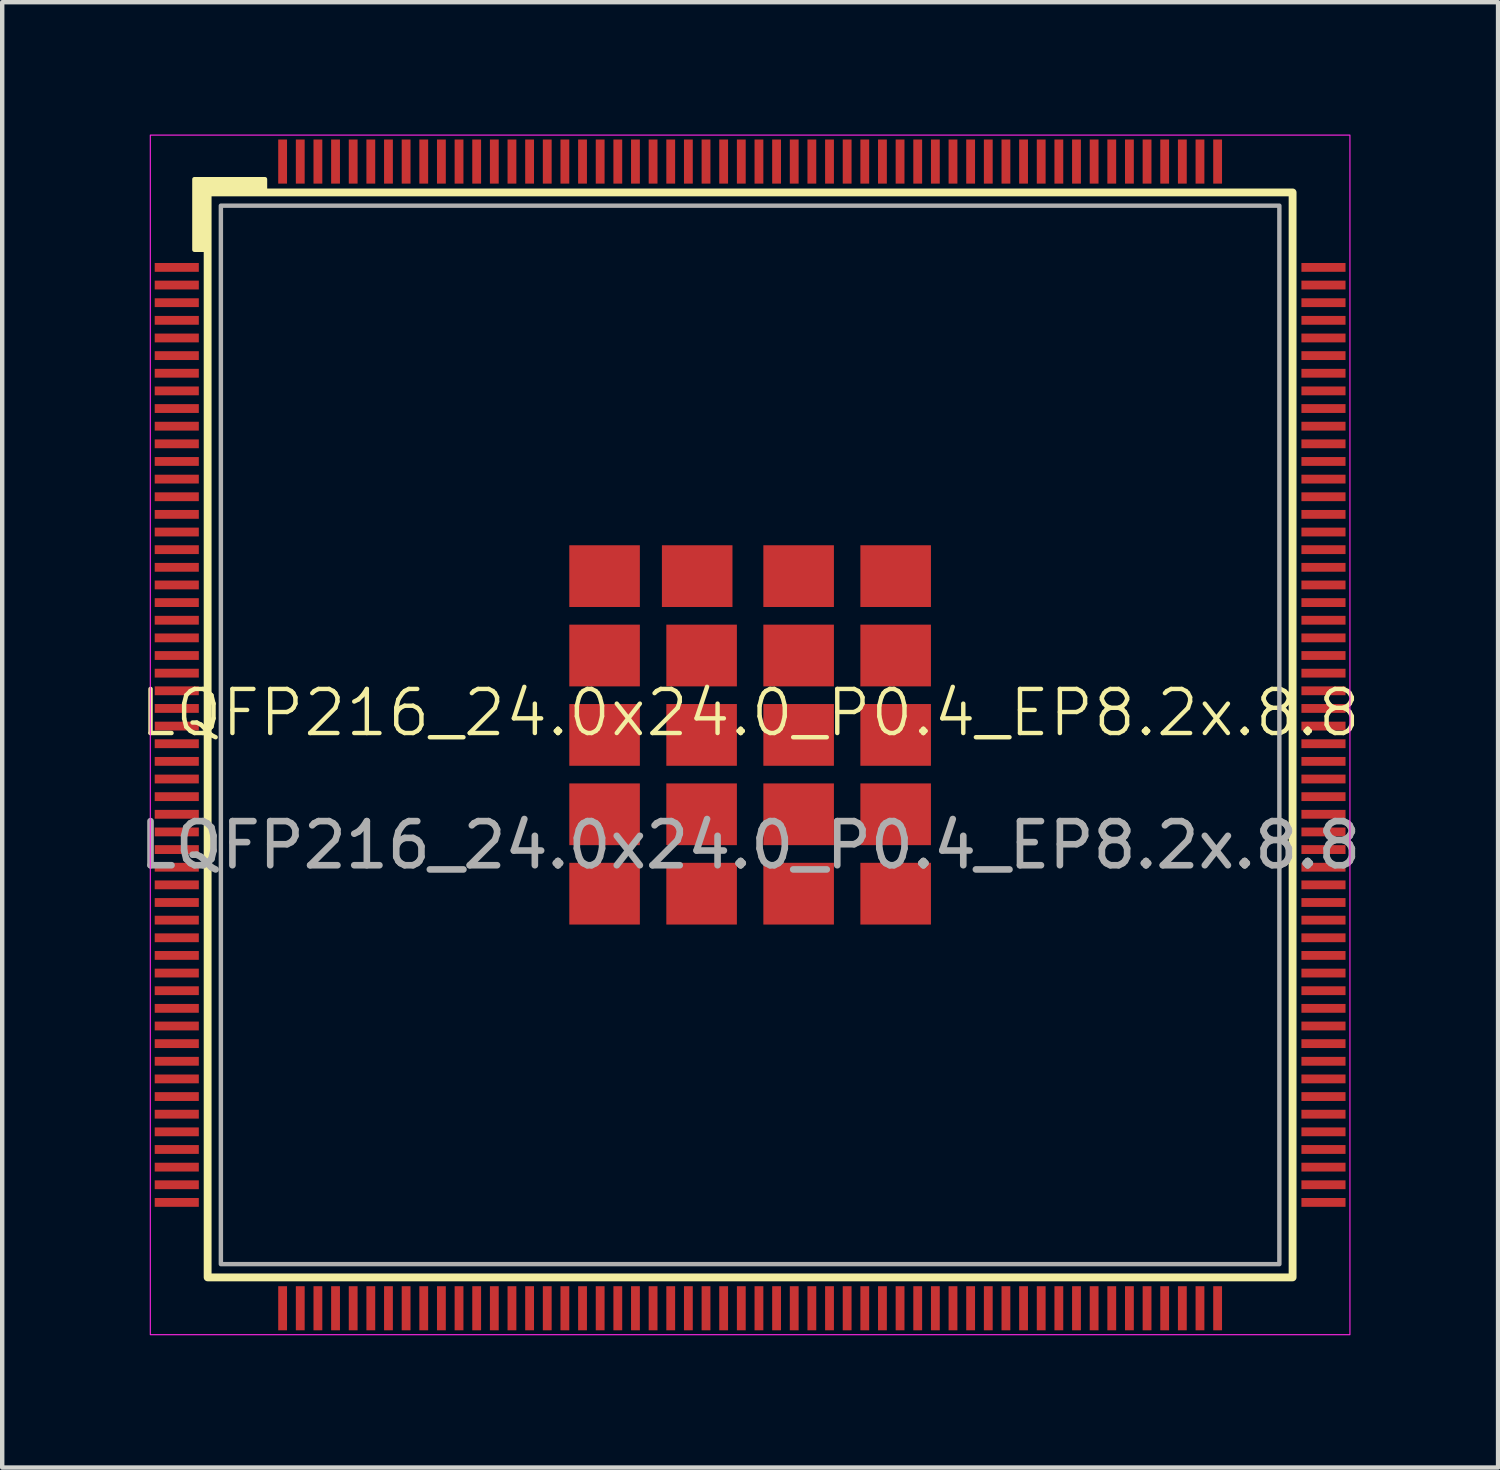
<source format=kicad_pcb>
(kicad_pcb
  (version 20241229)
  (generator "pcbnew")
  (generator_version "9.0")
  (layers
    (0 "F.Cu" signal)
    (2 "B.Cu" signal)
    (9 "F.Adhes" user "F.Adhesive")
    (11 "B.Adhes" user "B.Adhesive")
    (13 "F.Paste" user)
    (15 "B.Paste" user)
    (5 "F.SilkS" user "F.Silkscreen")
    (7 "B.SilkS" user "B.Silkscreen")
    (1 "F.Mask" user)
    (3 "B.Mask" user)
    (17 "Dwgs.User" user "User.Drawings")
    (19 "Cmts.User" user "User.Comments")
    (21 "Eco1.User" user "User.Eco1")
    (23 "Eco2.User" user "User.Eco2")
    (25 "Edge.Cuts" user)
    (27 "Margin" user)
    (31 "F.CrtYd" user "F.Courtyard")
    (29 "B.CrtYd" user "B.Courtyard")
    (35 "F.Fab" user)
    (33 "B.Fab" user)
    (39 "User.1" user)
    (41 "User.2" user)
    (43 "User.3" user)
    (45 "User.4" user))
  (footprint "LQFP216_24.0x24.0_P0.4_EP8.2x.8.8"
    (layer "F.Cu")
    (at 13.958 13.613)
    (property "Reference" "LQFP216_24.0x24.0_P0.4_EP8.2x.8.8" (at 0 -0.5 0) (unlocked yes) (layer "F.SilkS") (effects (font (size 1 1) (thickness 0.1))))
    (attr smd)
    (fp_rect (start -12.3 -12.3) (end 12.3 12.3) (stroke (width 0.178) (type solid)) (fill no) (layer "F.SilkS"))
    (fp_poly (pts (xy -12.3 -11) (xy -12.6 -11) (xy -12.6 -12.6) (xy -11 -12.6) (xy -11 -12.3) (xy -12.3 -12.3)) (stroke (width 0.1) (type solid)) (fill yes) (layer "F.SilkS"))
    (fp_rect (start -13.6 -13.6) (end 13.6 13.6) (stroke (width 0.025) (type solid)) (fill no) (layer "F.CrtYd"))
    (fp_rect (start -12 -12) (end 12 12) (stroke (width 0.1) (type solid)) (fill no) (layer "F.Fab"))
    (fp_text user "${REFERENCE}" (at 0 2.5 0) (unlocked yes) (layer "F.Fab") (effects (font (size 1 1) (thickness 0.15))))
    (pad "1" smd rect (at -13 -10.6) (size 1 0.2) (layers "F.Cu" "F.Mask" "F.Paste"))
    (pad "2" smd rect (at -13 -10.2) (size 1 0.2) (layers "F.Cu" "F.Mask" "F.Paste"))
    (pad "3" smd rect (at -13 -9.8) (size 1 0.2) (layers "F.Cu" "F.Mask" "F.Paste"))
    (pad "4" smd rect (at -13 -9.4) (size 1 0.2) (layers "F.Cu" "F.Mask" "F.Paste"))
    (pad "5" smd rect (at -13 -9) (size 1 0.2) (layers "F.Cu" "F.Mask" "F.Paste"))
    (pad "6" smd rect (at -13 -8.6) (size 1 0.2) (layers "F.Cu" "F.Mask" "F.Paste"))
    (pad "7" smd rect (at -13 -8.2) (size 1 0.2) (layers "F.Cu" "F.Mask" "F.Paste"))
    (pad "8" smd rect (at -13 -7.8) (size 1 0.2) (layers "F.Cu" "F.Mask" "F.Paste"))
    (pad "9" smd rect (at -13 -7.4) (size 1 0.2) (layers "F.Cu" "F.Mask" "F.Paste"))
    (pad "10" smd rect (at -13 -7) (size 1 0.2) (layers "F.Cu" "F.Mask" "F.Paste"))
    (pad "11" smd rect (at -13 -6.6) (size 1 0.2) (layers "F.Cu" "F.Mask" "F.Paste"))
    (pad "12" smd rect (at -13 -6.2) (size 1 0.2) (layers "F.Cu" "F.Mask" "F.Paste"))
    (pad "13" smd rect (at -13 -5.8) (size 1 0.2) (layers "F.Cu" "F.Mask" "F.Paste"))
    (pad "14" smd rect (at -13 -5.4) (size 1 0.2) (layers "F.Cu" "F.Mask" "F.Paste"))
    (pad "15" smd rect (at -13 -5) (size 1 0.2) (layers "F.Cu" "F.Mask" "F.Paste"))
    (pad "16" smd rect (at -13 -4.6) (size 1 0.2) (layers "F.Cu" "F.Mask" "F.Paste"))
    (pad "17" smd rect (at -13 -4.2) (size 1 0.2) (layers "F.Cu" "F.Mask" "F.Paste"))
    (pad "18" smd rect (at -13 -3.8) (size 1 0.2) (layers "F.Cu" "F.Mask" "F.Paste"))
    (pad "19" smd rect (at -13 -3.4) (size 1 0.2) (layers "F.Cu" "F.Mask" "F.Paste"))
    (pad "20" smd rect (at -13 -3) (size 1 0.2) (layers "F.Cu" "F.Mask" "F.Paste"))
    (pad "21" smd rect (at -13 -2.6) (size 1 0.2) (layers "F.Cu" "F.Mask" "F.Paste"))
    (pad "22" smd rect (at -13 -2.2) (size 1 0.2) (layers "F.Cu" "F.Mask" "F.Paste"))
    (pad "23" smd rect (at -13 -1.8) (size 1 0.2) (layers "F.Cu" "F.Mask" "F.Paste"))
    (pad "24" smd rect (at -13 -1.4) (size 1 0.2) (layers "F.Cu" "F.Mask" "F.Paste"))
    (pad "25" smd rect (at -13 -1) (size 1 0.2) (layers "F.Cu" "F.Mask" "F.Paste"))
    (pad "26" smd rect (at -13 -0.6) (size 1 0.2) (layers "F.Cu" "F.Mask" "F.Paste"))
    (pad "27" smd rect (at -13 -0.2) (size 1 0.2) (layers "F.Cu" "F.Mask" "F.Paste"))
    (pad "28" smd rect (at -13 0.2) (size 1 0.2) (layers "F.Cu" "F.Mask" "F.Paste"))
    (pad "29" smd rect (at -13 0.6) (size 1 0.2) (layers "F.Cu" "F.Mask" "F.Paste"))
    (pad "30" smd rect (at -13 1) (size 1 0.2) (layers "F.Cu" "F.Mask" "F.Paste"))
    (pad "31" smd rect (at -13 1.4) (size 1 0.2) (layers "F.Cu" "F.Mask" "F.Paste"))
    (pad "32" smd rect (at -13 1.8) (size 1 0.2) (layers "F.Cu" "F.Mask" "F.Paste"))
    (pad "33" smd rect (at -13 2.2) (size 1 0.2) (layers "F.Cu" "F.Mask" "F.Paste"))
    (pad "34" smd rect (at -13 2.6) (size 1 0.2) (layers "F.Cu" "F.Mask" "F.Paste"))
    (pad "35" smd rect (at -13 3) (size 1 0.2) (layers "F.Cu" "F.Mask" "F.Paste"))
    (pad "36" smd rect (at -13 3.4) (size 1 0.2) (layers "F.Cu" "F.Mask" "F.Paste"))
    (pad "37" smd rect (at -13 3.8) (size 1 0.2) (layers "F.Cu" "F.Mask" "F.Paste"))
    (pad "38" smd rect (at -13 4.2) (size 1 0.2) (layers "F.Cu" "F.Mask" "F.Paste"))
    (pad "39" smd rect (at -13 4.6) (size 1 0.2) (layers "F.Cu" "F.Mask" "F.Paste"))
    (pad "40" smd rect (at -13 5) (size 1 0.2) (layers "F.Cu" "F.Mask" "F.Paste"))
    (pad "41" smd rect (at -13 5.4) (size 1 0.2) (layers "F.Cu" "F.Mask" "F.Paste"))
    (pad "42" smd rect (at -13 5.8) (size 1 0.2) (layers "F.Cu" "F.Mask" "F.Paste"))
    (pad "43" smd rect (at -13 6.2) (size 1 0.2) (layers "F.Cu" "F.Mask" "F.Paste"))
    (pad "44" smd rect (at -13 6.6) (size 1 0.2) (layers "F.Cu" "F.Mask" "F.Paste"))
    (pad "45" smd rect (at -13 7) (size 1 0.2) (layers "F.Cu" "F.Mask" "F.Paste"))
    (pad "46" smd rect (at -13 7.4) (size 1 0.2) (layers "F.Cu" "F.Mask" "F.Paste"))
    (pad "47" smd rect (at -13 7.8) (size 1 0.2) (layers "F.Cu" "F.Mask" "F.Paste"))
    (pad "48" smd rect (at -13 8.2) (size 1 0.2) (layers "F.Cu" "F.Mask" "F.Paste"))
    (pad "49" smd rect (at -13 8.6) (size 1 0.2) (layers "F.Cu" "F.Mask" "F.Paste"))
    (pad "50" smd rect (at -13 9) (size 1 0.2) (layers "F.Cu" "F.Mask" "F.Paste"))
    (pad "51" smd rect (at -13 9.4) (size 1 0.2) (layers "F.Cu" "F.Mask" "F.Paste"))
    (pad "52" smd rect (at -13 9.8) (size 1 0.2) (layers "F.Cu" "F.Mask" "F.Paste"))
    (pad "53" smd rect (at -13 10.2) (size 1 0.2) (layers "F.Cu" "F.Mask" "F.Paste"))
    (pad "54" smd rect (at -13 10.6) (size 1 0.2) (layers "F.Cu" "F.Mask" "F.Paste"))
    (pad "55" smd rect (at -10.6 13) (size 0.2 1) (layers "F.Cu" "F.Mask" "F.Paste"))
    (pad "56" smd rect (at -10.2 13) (size 0.2 1) (layers "F.Cu" "F.Mask" "F.Paste"))
    (pad "57" smd rect (at -9.8 13) (size 0.2 1) (layers "F.Cu" "F.Mask" "F.Paste"))
    (pad "58" smd rect (at -9.4 13) (size 0.2 1) (layers "F.Cu" "F.Mask" "F.Paste"))
    (pad "59" smd rect (at -9 13) (size 0.2 1) (layers "F.Cu" "F.Mask" "F.Paste"))
    (pad "60" smd rect (at -8.6 13) (size 0.2 1) (layers "F.Cu" "F.Mask" "F.Paste"))
    (pad "61" smd rect (at -8.2 13) (size 0.2 1) (layers "F.Cu" "F.Mask" "F.Paste"))
    (pad "62" smd rect (at -7.8 13) (size 0.2 1) (layers "F.Cu" "F.Mask" "F.Paste"))
    (pad "63" smd rect (at -7.4 13) (size 0.2 1) (layers "F.Cu" "F.Mask" "F.Paste"))
    (pad "64" smd rect (at -7 13) (size 0.2 1) (layers "F.Cu" "F.Mask" "F.Paste"))
    (pad "65" smd rect (at -6.6 13) (size 0.2 1) (layers "F.Cu" "F.Mask" "F.Paste"))
    (pad "66" smd rect (at -6.2 13) (size 0.2 1) (layers "F.Cu" "F.Mask" "F.Paste"))
    (pad "67" smd rect (at -5.8 13) (size 0.2 1) (layers "F.Cu" "F.Mask" "F.Paste"))
    (pad "68" smd rect (at -5.4 13) (size 0.2 1) (layers "F.Cu" "F.Mask" "F.Paste"))
    (pad "69" smd rect (at -5 13) (size 0.2 1) (layers "F.Cu" "F.Mask" "F.Paste"))
    (pad "70" smd rect (at -4.6 13) (size 0.2 1) (layers "F.Cu" "F.Mask" "F.Paste"))
    (pad "71" smd rect (at -4.2 13) (size 0.2 1) (layers "F.Cu" "F.Mask" "F.Paste"))
    (pad "72" smd rect (at -3.8 13) (size 0.2 1) (layers "F.Cu" "F.Mask" "F.Paste"))
    (pad "73" smd rect (at -3.4 13) (size 0.2 1) (layers "F.Cu" "F.Mask" "F.Paste"))
    (pad "74" smd rect (at -3 13) (size 0.2 1) (layers "F.Cu" "F.Mask" "F.Paste"))
    (pad "75" smd rect (at -2.6 13) (size 0.2 1) (layers "F.Cu" "F.Mask" "F.Paste"))
    (pad "76" smd rect (at -2.2 13) (size 0.2 1) (layers "F.Cu" "F.Mask" "F.Paste"))
    (pad "77" smd rect (at -1.8 13) (size 0.2 1) (layers "F.Cu" "F.Mask" "F.Paste"))
    (pad "78" smd rect (at -1.4 13) (size 0.2 1) (layers "F.Cu" "F.Mask" "F.Paste"))
    (pad "79" smd rect (at -1 13) (size 0.2 1) (layers "F.Cu" "F.Mask" "F.Paste"))
    (pad "80" smd rect (at -0.6 13) (size 0.2 1) (layers "F.Cu" "F.Mask" "F.Paste"))
    (pad "81" smd rect (at -0.2 13) (size 0.2 1) (layers "F.Cu" "F.Mask" "F.Paste"))
    (pad "82" smd rect (at 0.2 13) (size 0.2 1) (layers "F.Cu" "F.Mask" "F.Paste"))
    (pad "83" smd rect (at 0.6 13) (size 0.2 1) (layers "F.Cu" "F.Mask" "F.Paste"))
    (pad "84" smd rect (at 1 13) (size 0.2 1) (layers "F.Cu" "F.Mask" "F.Paste"))
    (pad "85" smd rect (at 1.4 13) (size 0.2 1) (layers "F.Cu" "F.Mask" "F.Paste"))
    (pad "86" smd rect (at 1.8 13) (size 0.2 1) (layers "F.Cu" "F.Mask" "F.Paste"))
    (pad "87" smd rect (at 2.2 13) (size 0.2 1) (layers "F.Cu" "F.Mask" "F.Paste"))
    (pad "88" smd rect (at 2.6 13) (size 0.2 1) (layers "F.Cu" "F.Mask" "F.Paste"))
    (pad "89" smd rect (at 3 13) (size 0.2 1) (layers "F.Cu" "F.Mask" "F.Paste"))
    (pad "90" smd rect (at 3.4 13) (size 0.2 1) (layers "F.Cu" "F.Mask" "F.Paste"))
    (pad "91" smd rect (at 3.8 13) (size 0.2 1) (layers "F.Cu" "F.Mask" "F.Paste"))
    (pad "92" smd rect (at 4.2 13) (size 0.2 1) (layers "F.Cu" "F.Mask" "F.Paste"))
    (pad "93" smd rect (at 4.6 13) (size 0.2 1) (layers "F.Cu" "F.Mask" "F.Paste"))
    (pad "94" smd rect (at 5 13) (size 0.2 1) (layers "F.Cu" "F.Mask" "F.Paste"))
    (pad "95" smd rect (at 5.4 13) (size 0.2 1) (layers "F.Cu" "F.Mask" "F.Paste"))
    (pad "96" smd rect (at 5.8 13) (size 0.2 1) (layers "F.Cu" "F.Mask" "F.Paste"))
    (pad "97" smd rect (at 6.2 13) (size 0.2 1) (layers "F.Cu" "F.Mask" "F.Paste"))
    (pad "98" smd rect (at 6.6 13) (size 0.2 1) (layers "F.Cu" "F.Mask" "F.Paste"))
    (pad "99" smd rect (at 7 13) (size 0.2 1) (layers "F.Cu" "F.Mask" "F.Paste"))
    (pad "100" smd rect (at 7.4 13) (size 0.2 1) (layers "F.Cu" "F.Mask" "F.Paste"))
    (pad "101" smd rect (at 7.8 13) (size 0.2 1) (layers "F.Cu" "F.Mask" "F.Paste"))
    (pad "102" smd rect (at 8.2 13) (size 0.2 1) (layers "F.Cu" "F.Mask" "F.Paste"))
    (pad "103" smd rect (at 8.6 13) (size 0.2 1) (layers "F.Cu" "F.Mask" "F.Paste"))
    (pad "104" smd rect (at 9 13) (size 0.2 1) (layers "F.Cu" "F.Mask" "F.Paste"))
    (pad "105" smd rect (at 9.4 13) (size 0.2 1) (layers "F.Cu" "F.Mask" "F.Paste"))
    (pad "106" smd rect (at 9.8 13) (size 0.2 1) (layers "F.Cu" "F.Mask" "F.Paste"))
    (pad "107" smd rect (at 10.2 13) (size 0.2 1) (layers "F.Cu" "F.Mask" "F.Paste"))
    (pad "108" smd rect (at 10.6 13) (size 0.2 1) (layers "F.Cu" "F.Mask" "F.Paste"))
    (pad "109" smd rect (at 13 10.6) (size 1 0.2) (layers "F.Cu" "F.Mask" "F.Paste"))
    (pad "110" smd rect (at 13 10.2) (size 1 0.2) (layers "F.Cu" "F.Mask" "F.Paste"))
    (pad "111" smd rect (at 13 9.8) (size 1 0.2) (layers "F.Cu" "F.Mask" "F.Paste"))
    (pad "112" smd rect (at 13 9.4) (size 1 0.2) (layers "F.Cu" "F.Mask" "F.Paste"))
    (pad "113" smd rect (at 13 9) (size 1 0.2) (layers "F.Cu" "F.Mask" "F.Paste"))
    (pad "114" smd rect (at 13 8.6) (size 1 0.2) (layers "F.Cu" "F.Mask" "F.Paste"))
    (pad "115" smd rect (at 13 8.2) (size 1 0.2) (layers "F.Cu" "F.Mask" "F.Paste"))
    (pad "116" smd rect (at 13 7.8) (size 1 0.2) (layers "F.Cu" "F.Mask" "F.Paste"))
    (pad "117" smd rect (at 13 7.4) (size 1 0.2) (layers "F.Cu" "F.Mask" "F.Paste"))
    (pad "118" smd rect (at 13 7) (size 1 0.2) (layers "F.Cu" "F.Mask" "F.Paste"))
    (pad "119" smd rect (at 13 6.6) (size 1 0.2) (layers "F.Cu" "F.Mask" "F.Paste"))
    (pad "120" smd rect (at 13 6.2) (size 1 0.2) (layers "F.Cu" "F.Mask" "F.Paste"))
    (pad "121" smd rect (at 13 5.8) (size 1 0.2) (layers "F.Cu" "F.Mask" "F.Paste"))
    (pad "122" smd rect (at 13 5.4) (size 1 0.2) (layers "F.Cu" "F.Mask" "F.Paste"))
    (pad "123" smd rect (at 13 5) (size 1 0.2) (layers "F.Cu" "F.Mask" "F.Paste"))
    (pad "124" smd rect (at 13 4.6) (size 1 0.2) (layers "F.Cu" "F.Mask" "F.Paste"))
    (pad "125" smd rect (at 13 4.2) (size 1 0.2) (layers "F.Cu" "F.Mask" "F.Paste"))
    (pad "126" smd rect (at 13 3.8) (size 1 0.2) (layers "F.Cu" "F.Mask" "F.Paste"))
    (pad "127" smd rect (at 13 3.4) (size 1 0.2) (layers "F.Cu" "F.Mask" "F.Paste"))
    (pad "128" smd rect (at 13 3) (size 1 0.2) (layers "F.Cu" "F.Mask" "F.Paste"))
    (pad "129" smd rect (at 13 2.6) (size 1 0.2) (layers "F.Cu" "F.Mask" "F.Paste"))
    (pad "130" smd rect (at 13 2.2) (size 1 0.2) (layers "F.Cu" "F.Mask" "F.Paste"))
    (pad "131" smd rect (at 13 1.8) (size 1 0.2) (layers "F.Cu" "F.Mask" "F.Paste"))
    (pad "132" smd rect (at 13 1.4) (size 1 0.2) (layers "F.Cu" "F.Mask" "F.Paste"))
    (pad "133" smd rect (at 13 1) (size 1 0.2) (layers "F.Cu" "F.Mask" "F.Paste"))
    (pad "134" smd rect (at 13 0.6) (size 1 0.2) (layers "F.Cu" "F.Mask" "F.Paste"))
    (pad "135" smd rect (at 13 0.2) (size 1 0.2) (layers "F.Cu" "F.Mask" "F.Paste"))
    (pad "136" smd rect (at 13 -0.2) (size 1 0.2) (layers "F.Cu" "F.Mask" "F.Paste"))
    (pad "137" smd rect (at 13 -0.6) (size 1 0.2) (layers "F.Cu" "F.Mask" "F.Paste"))
    (pad "138" smd rect (at 13 -1) (size 1 0.2) (layers "F.Cu" "F.Mask" "F.Paste"))
    (pad "139" smd rect (at 13 -1.4) (size 1 0.2) (layers "F.Cu" "F.Mask" "F.Paste"))
    (pad "140" smd rect (at 13 -1.8) (size 1 0.2) (layers "F.Cu" "F.Mask" "F.Paste"))
    (pad "141" smd rect (at 13 -2.2) (size 1 0.2) (layers "F.Cu" "F.Mask" "F.Paste"))
    (pad "142" smd rect (at 13 -2.6) (size 1 0.2) (layers "F.Cu" "F.Mask" "F.Paste"))
    (pad "143" smd rect (at 13 -3) (size 1 0.2) (layers "F.Cu" "F.Mask" "F.Paste"))
    (pad "144" smd rect (at 13 -3.4) (size 1 0.2) (layers "F.Cu" "F.Mask" "F.Paste"))
    (pad "145" smd rect (at 13 -3.8) (size 1 0.2) (layers "F.Cu" "F.Mask" "F.Paste"))
    (pad "146" smd rect (at 13 -4.2) (size 1 0.2) (layers "F.Cu" "F.Mask" "F.Paste"))
    (pad "147" smd rect (at 13 -4.6) (size 1 0.2) (layers "F.Cu" "F.Mask" "F.Paste"))
    (pad "148" smd rect (at 13 -5) (size 1 0.2) (layers "F.Cu" "F.Mask" "F.Paste"))
    (pad "149" smd rect (at 13 -5.4) (size 1 0.2) (layers "F.Cu" "F.Mask" "F.Paste"))
    (pad "150" smd rect (at 13 -5.8) (size 1 0.2) (layers "F.Cu" "F.Mask" "F.Paste"))
    (pad "151" smd rect (at 13 -6.2) (size 1 0.2) (layers "F.Cu" "F.Mask" "F.Paste"))
    (pad "152" smd rect (at 13 -6.6) (size 1 0.2) (layers "F.Cu" "F.Mask" "F.Paste"))
    (pad "153" smd rect (at 13 -7) (size 1 0.2) (layers "F.Cu" "F.Mask" "F.Paste"))
    (pad "154" smd rect (at 13 -7.4) (size 1 0.2) (layers "F.Cu" "F.Mask" "F.Paste"))
    (pad "155" smd rect (at 13 -7.8) (size 1 0.2) (layers "F.Cu" "F.Mask" "F.Paste"))
    (pad "156" smd rect (at 13 -8.2) (size 1 0.2) (layers "F.Cu" "F.Mask" "F.Paste"))
    (pad "157" smd rect (at 13 -8.6) (size 1 0.2) (layers "F.Cu" "F.Mask" "F.Paste"))
    (pad "158" smd rect (at 13 -9) (size 1 0.2) (layers "F.Cu" "F.Mask" "F.Paste"))
    (pad "159" smd rect (at 13 -9.4) (size 1 0.2) (layers "F.Cu" "F.Mask" "F.Paste"))
    (pad "160" smd rect (at 13 -9.8) (size 1 0.2) (layers "F.Cu" "F.Mask" "F.Paste"))
    (pad "161" smd rect (at 13 -10.2) (size 1 0.2) (layers "F.Cu" "F.Mask" "F.Paste"))
    (pad "162" smd rect (at 13 -10.6) (size 1 0.2) (layers "F.Cu" "F.Mask" "F.Paste"))
    (pad "163" smd rect (at 10.6 -13) (size 0.2 1) (layers "F.Cu" "F.Mask" "F.Paste"))
    (pad "164" smd rect (at 10.2 -13) (size 0.2 1) (layers "F.Cu" "F.Mask" "F.Paste"))
    (pad "165" smd rect (at 9.8 -13) (size 0.2 1) (layers "F.Cu" "F.Mask" "F.Paste"))
    (pad "166" smd rect (at 9.4 -13) (size 0.2 1) (layers "F.Cu" "F.Mask" "F.Paste"))
    (pad "167" smd rect (at 9 -13) (size 0.2 1) (layers "F.Cu" "F.Mask" "F.Paste"))
    (pad "168" smd rect (at 8.6 -13) (size 0.2 1) (layers "F.Cu" "F.Mask" "F.Paste"))
    (pad "169" smd rect (at 8.2 -13) (size 0.2 1) (layers "F.Cu" "F.Mask" "F.Paste"))
    (pad "170" smd rect (at 7.8 -13) (size 0.2 1) (layers "F.Cu" "F.Mask" "F.Paste"))
    (pad "171" smd rect (at 7.4 -13) (size 0.2 1) (layers "F.Cu" "F.Mask" "F.Paste"))
    (pad "172" smd rect (at 7 -13) (size 0.2 1) (layers "F.Cu" "F.Mask" "F.Paste"))
    (pad "173" smd rect (at 6.6 -13) (size 0.2 1) (layers "F.Cu" "F.Mask" "F.Paste"))
    (pad "174" smd rect (at 6.2 -13) (size 0.2 1) (layers "F.Cu" "F.Mask" "F.Paste"))
    (pad "175" smd rect (at 5.8 -13) (size 0.2 1) (layers "F.Cu" "F.Mask" "F.Paste"))
    (pad "176" smd rect (at 5.4 -13) (size 0.2 1) (layers "F.Cu" "F.Mask" "F.Paste"))
    (pad "177" smd rect (at 5 -13) (size 0.2 1) (layers "F.Cu" "F.Mask" "F.Paste"))
    (pad "178" smd rect (at 4.6 -13) (size 0.2 1) (layers "F.Cu" "F.Mask" "F.Paste"))
    (pad "179" smd rect (at 4.2 -13) (size 0.2 1) (layers "F.Cu" "F.Mask" "F.Paste"))
    (pad "180" smd rect (at 3.8 -13) (size 0.2 1) (layers "F.Cu" "F.Mask" "F.Paste"))
    (pad "181" smd rect (at 3.4 -13) (size 0.2 1) (layers "F.Cu" "F.Mask" "F.Paste"))
    (pad "182" smd rect (at 3 -13) (size 0.2 1) (layers "F.Cu" "F.Mask" "F.Paste"))
    (pad "183" smd rect (at 2.6 -13) (size 0.2 1) (layers "F.Cu" "F.Mask" "F.Paste"))
    (pad "184" smd rect (at 2.2 -13) (size 0.2 1) (layers "F.Cu" "F.Mask" "F.Paste"))
    (pad "185" smd rect (at 1.8 -13) (size 0.2 1) (layers "F.Cu" "F.Mask" "F.Paste"))
    (pad "186" smd rect (at 1.4 -13) (size 0.2 1) (layers "F.Cu" "F.Mask" "F.Paste"))
    (pad "187" smd rect (at 1 -13) (size 0.2 1) (layers "F.Cu" "F.Mask" "F.Paste"))
    (pad "188" smd rect (at 0.6 -13) (size 0.2 1) (layers "F.Cu" "F.Mask" "F.Paste"))
    (pad "189" smd rect (at 0.2 -13) (size 0.2 1) (layers "F.Cu" "F.Mask" "F.Paste"))
    (pad "190" smd rect (at -0.2 -13) (size 0.2 1) (layers "F.Cu" "F.Mask" "F.Paste"))
    (pad "191" smd rect (at -0.6 -13) (size 0.2 1) (layers "F.Cu" "F.Mask" "F.Paste"))
    (pad "192" smd rect (at -1 -13) (size 0.2 1) (layers "F.Cu" "F.Mask" "F.Paste"))
    (pad "193" smd rect (at -1.4 -13) (size 0.2 1) (layers "F.Cu" "F.Mask" "F.Paste"))
    (pad "194" smd rect (at -1.8 -13) (size 0.2 1) (layers "F.Cu" "F.Mask" "F.Paste"))
    (pad "195" smd rect (at -2.2 -13) (size 0.2 1) (layers "F.Cu" "F.Mask" "F.Paste"))
    (pad "196" smd rect (at -2.6 -13) (size 0.2 1) (layers "F.Cu" "F.Mask" "F.Paste"))
    (pad "197" smd rect (at -3 -13) (size 0.2 1) (layers "F.Cu" "F.Mask" "F.Paste"))
    (pad "198" smd rect (at -3.4 -13) (size 0.2 1) (layers "F.Cu" "F.Mask" "F.Paste"))
    (pad "199" smd rect (at -3.8 -13) (size 0.2 1) (layers "F.Cu" "F.Mask" "F.Paste"))
    (pad "200" smd rect (at -4.2 -13) (size 0.2 1) (layers "F.Cu" "F.Mask" "F.Paste"))
    (pad "201" smd rect (at -4.6 -13) (size 0.2 1) (layers "F.Cu" "F.Mask" "F.Paste"))
    (pad "202" smd rect (at -5 -13) (size 0.2 1) (layers "F.Cu" "F.Mask" "F.Paste"))
    (pad "203" smd rect (at -5.4 -13) (size 0.2 1) (layers "F.Cu" "F.Mask" "F.Paste"))
    (pad "204" smd rect (at -5.8 -13) (size 0.2 1) (layers "F.Cu" "F.Mask" "F.Paste"))
    (pad "205" smd rect (at -6.2 -13) (size 0.2 1) (layers "F.Cu" "F.Mask" "F.Paste"))
    (pad "206" smd rect (at -6.6 -13) (size 0.2 1) (layers "F.Cu" "F.Mask" "F.Paste"))
    (pad "207" smd rect (at -7 -13) (size 0.2 1) (layers "F.Cu" "F.Mask" "F.Paste"))
    (pad "208" smd rect (at -7.4 -13) (size 0.2 1) (layers "F.Cu" "F.Mask" "F.Paste"))
    (pad "209" smd rect (at -7.8 -13) (size 0.2 1) (layers "F.Cu" "F.Mask" "F.Paste"))
    (pad "210" smd rect (at -8.2 -13) (size 0.2 1) (layers "F.Cu" "F.Mask" "F.Paste"))
    (pad "211" smd rect (at -8.6 -13) (size 0.2 1) (layers "F.Cu" "F.Mask" "F.Paste"))
    (pad "212" smd rect (at -9 -13) (size 0.2 1) (layers "F.Cu" "F.Mask" "F.Paste"))
    (pad "213" smd rect (at -9.4 -13) (size 0.2 1) (layers "F.Cu" "F.Mask" "F.Paste"))
    (pad "214" smd rect (at -9.8 -13) (size 0.2 1) (layers "F.Cu" "F.Mask" "F.Paste"))
    (pad "215" smd rect (at -10.2 -13) (size 0.2 1) (layers "F.Cu" "F.Mask" "F.Paste"))
    (pad "216" smd rect (at -10.6 -13) (size 0.2 1) (layers "F.Cu" "F.Mask" "F.Paste"))
    (pad "217" smd rect (at -3.3 -3.6) (size 1.6 1.4) (layers "F.Cu" "F.Mask" "F.Paste"))
    (pad "217" smd rect (at -3.3 -1.8) (size 1.6 1.4) (layers "F.Cu" "F.Mask" "F.Paste"))
    (pad "217" smd rect (at -3.3 0) (size 1.6 1.4) (layers "F.Cu" "F.Mask" "F.Paste"))
    (pad "217" smd rect (at -3.3 1.8) (size 1.6 1.4) (layers "F.Cu" "F.Mask" "F.Paste"))
    (pad "217" smd rect (at -3.3 3.6) (size 1.6 1.4) (layers "F.Cu" "F.Mask" "F.Paste"))
    (pad "217" smd rect (at -1.2 -3.6) (size 1.6 1.4) (layers "F.Cu" "F.Mask" "F.Paste"))
    (pad "217" smd rect (at -1.1 -1.8) (size 1.6 1.4) (layers "F.Cu" "F.Mask" "F.Paste"))
    (pad "217" smd rect (at -1.1 0) (size 1.6 1.4) (layers "F.Cu" "F.Mask" "F.Paste"))
    (pad "217" smd rect (at -1.1 1.8) (size 1.6 1.4) (layers "F.Cu" "F.Mask" "F.Paste"))
    (pad "217" smd rect (at -1.1 3.6) (size 1.6 1.4) (layers "F.Cu" "F.Mask" "F.Paste"))
    (pad "217" smd rect (at 1.1 -3.6) (size 1.6 1.4) (layers "F.Cu" "F.Mask" "F.Paste"))
    (pad "217" smd rect (at 1.1 -1.8) (size 1.6 1.4) (layers "F.Cu" "F.Mask" "F.Paste"))
    (pad "217" smd rect (at 1.1 0) (size 1.6 1.4) (layers "F.Cu" "F.Mask" "F.Paste"))
    (pad "217" smd rect (at 1.1 1.8) (size 1.6 1.4) (layers "F.Cu" "F.Mask" "F.Paste"))
    (pad "217" smd rect (at 1.1 3.6) (size 1.6 1.4) (layers "F.Cu" "F.Mask" "F.Paste"))
    (pad "217" smd rect (at 3.3 -3.6) (size 1.6 1.4) (layers "F.Cu" "F.Mask" "F.Paste"))
    (pad "217" smd rect (at 3.3 -1.8) (size 1.6 1.4) (layers "F.Cu" "F.Mask" "F.Paste"))
    (pad "217" smd rect (at 3.3 0) (size 1.6 1.4) (layers "F.Cu" "F.Mask" "F.Paste"))
    (pad "217" smd rect (at 3.3 1.8) (size 1.6 1.4) (layers "F.Cu" "F.Mask" "F.Paste"))
    (pad "217" smd rect (at 3.3 3.6) (size 1.6 1.4) (layers "F.Cu" "F.Mask" "F.Paste")))
  (gr_rect
    (start -3 -3)
    (end 30.917 30.225)
    (stroke (width 0.1) (type default))
    (fill no)
    (layer "Edge.Cuts")))
</source>
